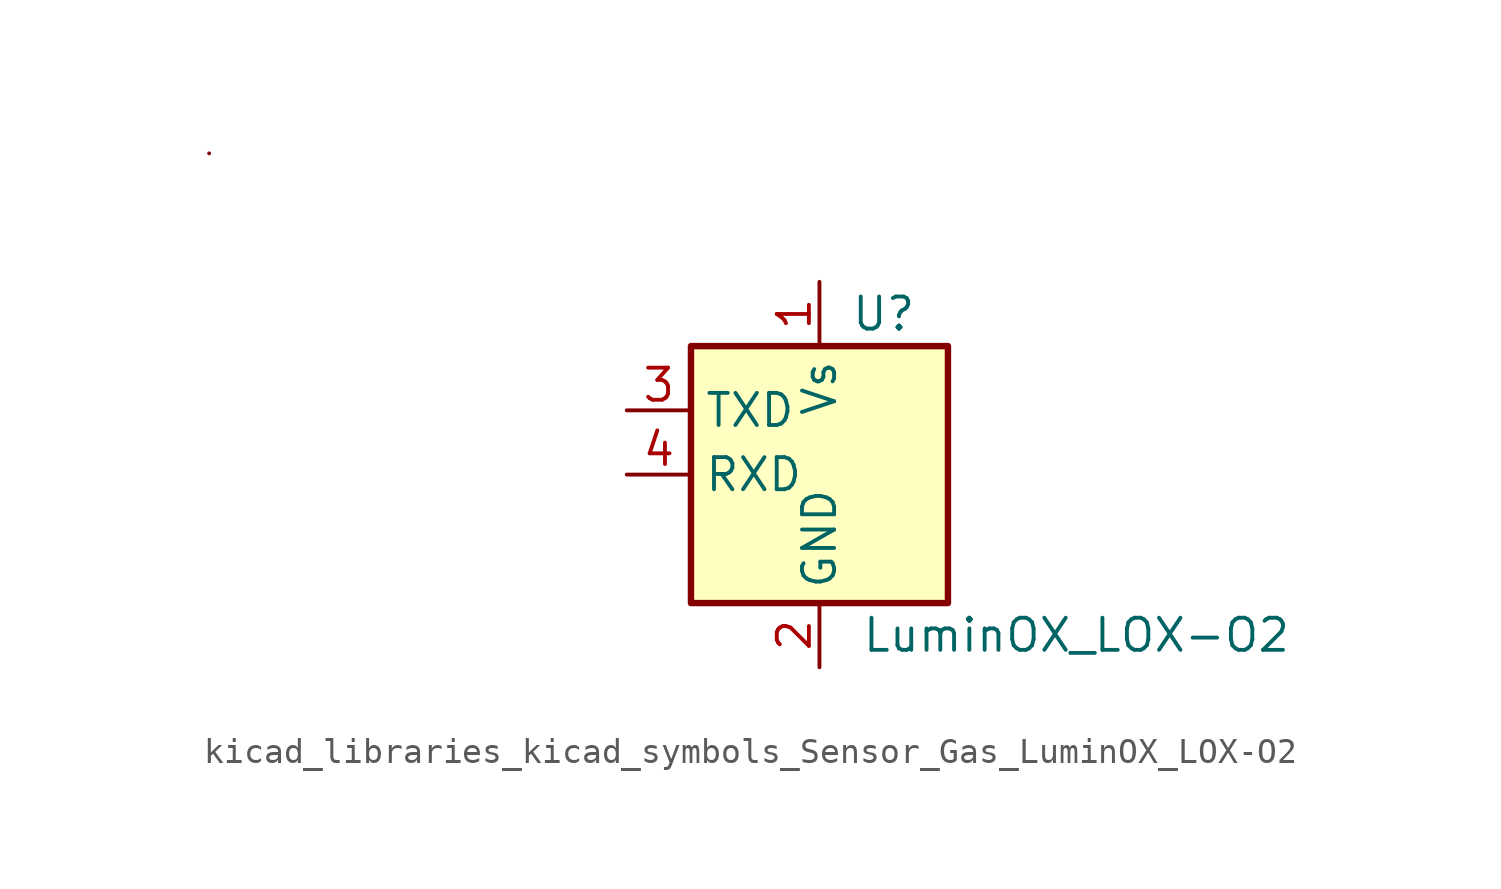
<source format=kicad_sym>
(kicad_symbol_lib
  (version 20220914)
  (generator kicad_symbol_editor)
  (symbol "kicad_libraries_kicad_symbols_Sensor_Gas_LuminOX_LOX-O2"
    (property "Reference" "U"
      (at 2.54 6.35 0)
      (effects (font (size 1.27 1.27))))
    (property "Value" "LuminOX_LOX-O2"
      (at 10.16 -6.35 0)
      (effects (font (size 1.27 1.27))))
    (symbol "kicad_libraries_kicad_symbols_Sensor_Gas_LuminOX_LOX-O2_0_1"
      (rectangle (start -24.13 12.7) (end -24.13 12.7) (stroke (width 0) (type default)) (fill (type none)))
      (rectangle (start -5.08 5.08) (end 5.08 -5.08) (stroke (width 0.254) (type default)) (fill (type background))))
    (symbol "kicad_libraries_kicad_symbols_Sensor_Gas_LuminOX_LOX-O2_1_1"
      (pin power_in line (at 0 7.62 270) (length 2.54) (name "Vs" (effects (font (size 1.27 1.27)))) (number "1" (effects (font (size 1.27 1.27)))))
      (pin power_in line (at 0 -7.62 90) (length 2.54) (name "GND" (effects (font (size 1.27 1.27)))) (number "2" (effects (font (size 1.27 1.27)))))
      (pin output line (at -7.62 2.54 0) (length 2.54) (name "TXD" (effects (font (size 1.27 1.27)))) (number "3" (effects (font (size 1.27 1.27)))))
      (pin input line (at -7.62 0 0) (length 2.54) (name "RXD" (effects (font (size 1.27 1.27)))) (number "4" (effects (font (size 1.27 1.27))))))))
</source>
